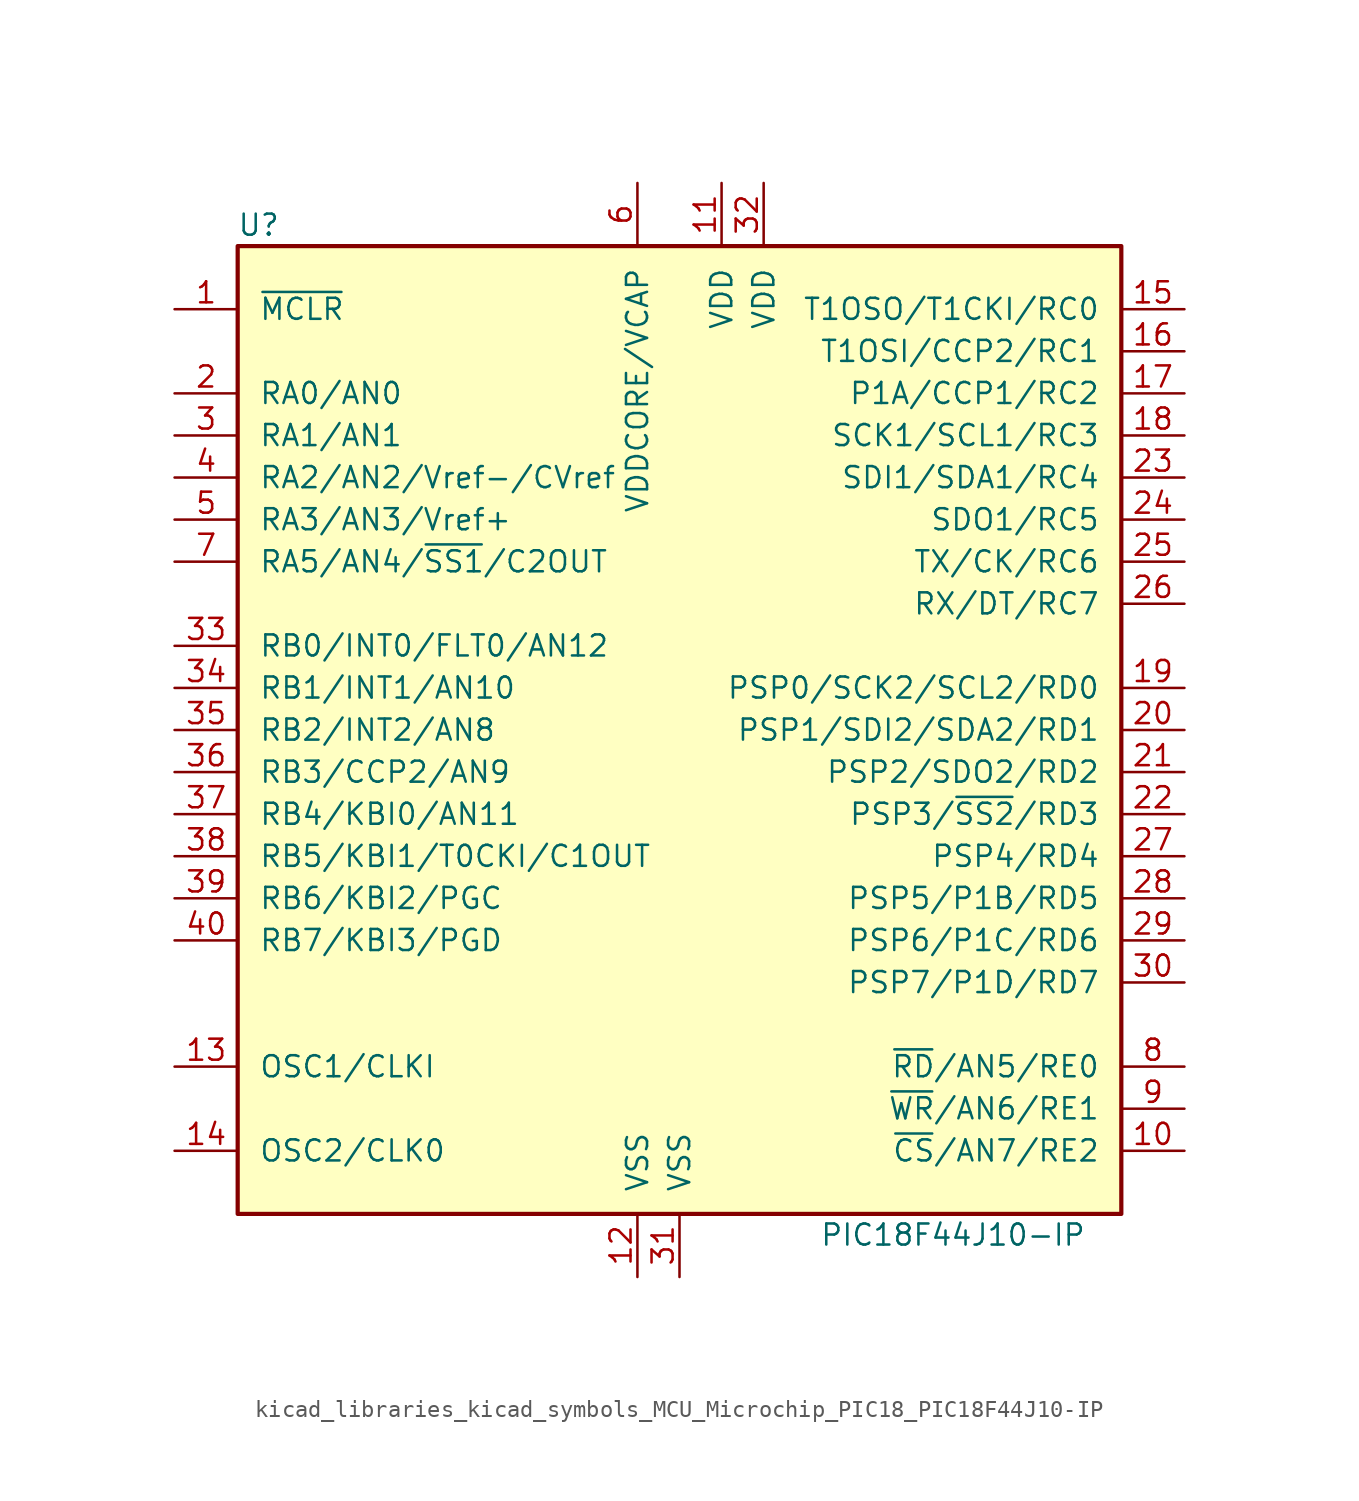
<source format=kicad_sym>
(kicad_symbol_lib
  (version 20220914)
  (generator kicad_symbol_editor)
  (symbol "kicad_libraries_kicad_symbols_MCU_Microchip_PIC18_PIC18F44J10-IP"
    (pin_names
      (offset 1.27))
    (property "Reference" "U"
      (at -25.4 30.48 0)
      (effects (font (size 1.27 1.27))))
    (property "Value" "PIC18F44J10-IP"
      (at 16.51 -30.48 0)
      (effects (font (size 1.27 1.27))))
    (symbol "kicad_libraries_kicad_symbols_MCU_Microchip_PIC18_PIC18F44J10-IP_0_0"
      (rectangle (start -26.67 -29.21) (end 26.67 29.21) (stroke (width 0.254) (type default)) (fill (type background))))
    (symbol "kicad_libraries_kicad_symbols_MCU_Microchip_PIC18_PIC18F44J10-IP_1_1"
      (pin input line (at -30.48 25.4 0) (length 3.81) (name "~{MCLR}" (effects (font (size 1.27 1.27)))) (number "1" (effects (font (size 1.27 1.27)))))
      (pin tri_state line (at 30.48 -25.4 180) (length 3.81) (name "~{CS}/AN7/RE2" (effects (font (size 1.27 1.27)))) (number "10" (effects (font (size 1.27 1.27)))))
      (pin power_in line (at 2.54 33.02 270) (length 3.81) (name "VDD" (effects (font (size 1.27 1.27)))) (number "11" (effects (font (size 1.27 1.27)))))
      (pin power_in line (at -2.54 -33.02 90) (length 3.81) (name "VSS" (effects (font (size 1.27 1.27)))) (number "12" (effects (font (size 1.27 1.27)))))
      (pin input line (at -30.48 -20.32 0) (length 3.81) (name "OSC1/CLKI" (effects (font (size 1.27 1.27)))) (number "13" (effects (font (size 1.27 1.27)))))
      (pin output line (at -30.48 -25.4 0) (length 3.81) (name "OSC2/CLK0" (effects (font (size 1.27 1.27)))) (number "14" (effects (font (size 1.27 1.27)))))
      (pin tri_state line (at 30.48 25.4 180) (length 3.81) (name "T1OSO/T1CKI/RC0" (effects (font (size 1.27 1.27)))) (number "15" (effects (font (size 1.27 1.27)))))
      (pin tri_state line (at 30.48 22.86 180) (length 3.81) (name "T1OSI/CCP2/RC1" (effects (font (size 1.27 1.27)))) (number "16" (effects (font (size 1.27 1.27)))))
      (pin tri_state line (at 30.48 20.32 180) (length 3.81) (name "P1A/CCP1/RC2" (effects (font (size 1.27 1.27)))) (number "17" (effects (font (size 1.27 1.27)))))
      (pin tri_state line (at 30.48 17.78 180) (length 3.81) (name "SCK1/SCL1/RC3" (effects (font (size 1.27 1.27)))) (number "18" (effects (font (size 1.27 1.27)))))
      (pin tri_state line (at 30.48 2.54 180) (length 3.81) (name "PSP0/SCK2/SCL2/RD0" (effects (font (size 1.27 1.27)))) (number "19" (effects (font (size 1.27 1.27)))))
      (pin tri_state line (at -30.48 20.32 0) (length 3.81) (name "RA0/AN0" (effects (font (size 1.27 1.27)))) (number "2" (effects (font (size 1.27 1.27)))))
      (pin tri_state line (at 30.48 0 180) (length 3.81) (name "PSP1/SDI2/SDA2/RD1" (effects (font (size 1.27 1.27)))) (number "20" (effects (font (size 1.27 1.27)))))
      (pin tri_state line (at 30.48 -2.54 180) (length 3.81) (name "PSP2/SDO2/RD2" (effects (font (size 1.27 1.27)))) (number "21" (effects (font (size 1.27 1.27)))))
      (pin tri_state line (at 30.48 -5.08 180) (length 3.81) (name "PSP3/~{SS2}/RD3" (effects (font (size 1.27 1.27)))) (number "22" (effects (font (size 1.27 1.27)))))
      (pin tri_state line (at 30.48 15.24 180) (length 3.81) (name "SDI1/SDA1/RC4" (effects (font (size 1.27 1.27)))) (number "23" (effects (font (size 1.27 1.27)))))
      (pin tri_state line (at 30.48 12.7 180) (length 3.81) (name "SDO1/RC5" (effects (font (size 1.27 1.27)))) (number "24" (effects (font (size 1.27 1.27)))))
      (pin tri_state line (at 30.48 10.16 180) (length 3.81) (name "TX/CK/RC6" (effects (font (size 1.27 1.27)))) (number "25" (effects (font (size 1.27 1.27)))))
      (pin tri_state line (at 30.48 7.62 180) (length 3.81) (name "RX/DT/RC7" (effects (font (size 1.27 1.27)))) (number "26" (effects (font (size 1.27 1.27)))))
      (pin tri_state line (at 30.48 -7.62 180) (length 3.81) (name "PSP4/RD4" (effects (font (size 1.27 1.27)))) (number "27" (effects (font (size 1.27 1.27)))))
      (pin tri_state line (at 30.48 -10.16 180) (length 3.81) (name "PSP5/P1B/RD5" (effects (font (size 1.27 1.27)))) (number "28" (effects (font (size 1.27 1.27)))))
      (pin tri_state line (at 30.48 -12.7 180) (length 3.81) (name "PSP6/P1C/RD6" (effects (font (size 1.27 1.27)))) (number "29" (effects (font (size 1.27 1.27)))))
      (pin tri_state line (at -30.48 17.78 0) (length 3.81) (name "RA1/AN1" (effects (font (size 1.27 1.27)))) (number "3" (effects (font (size 1.27 1.27)))))
      (pin tri_state line (at 30.48 -15.24 180) (length 3.81) (name "PSP7/P1D/RD7" (effects (font (size 1.27 1.27)))) (number "30" (effects (font (size 1.27 1.27)))))
      (pin power_in line (at 0 -33.02 90) (length 3.81) (name "VSS" (effects (font (size 1.27 1.27)))) (number "31" (effects (font (size 1.27 1.27)))))
      (pin power_in line (at 5.08 33.02 270) (length 3.81) (name "VDD" (effects (font (size 1.27 1.27)))) (number "32" (effects (font (size 1.27 1.27)))))
      (pin tri_state line (at -30.48 5.08 0) (length 3.81) (name "RB0/INT0/FLT0/AN12" (effects (font (size 1.27 1.27)))) (number "33" (effects (font (size 1.27 1.27)))))
      (pin tri_state line (at -30.48 2.54 0) (length 3.81) (name "RB1/INT1/AN10" (effects (font (size 1.27 1.27)))) (number "34" (effects (font (size 1.27 1.27)))))
      (pin tri_state line (at -30.48 0 0) (length 3.81) (name "RB2/INT2/AN8" (effects (font (size 1.27 1.27)))) (number "35" (effects (font (size 1.27 1.27)))))
      (pin tri_state line (at -30.48 -2.54 0) (length 3.81) (name "RB3/CCP2/AN9" (effects (font (size 1.27 1.27)))) (number "36" (effects (font (size 1.27 1.27)))))
      (pin tri_state line (at -30.48 -5.08 0) (length 3.81) (name "RB4/KBI0/AN11" (effects (font (size 1.27 1.27)))) (number "37" (effects (font (size 1.27 1.27)))))
      (pin tri_state line (at -30.48 -7.62 0) (length 3.81) (name "RB5/KBI1/T0CKI/C1OUT" (effects (font (size 1.27 1.27)))) (number "38" (effects (font (size 1.27 1.27)))))
      (pin tri_state line (at -30.48 -10.16 0) (length 3.81) (name "RB6/KBI2/PGC" (effects (font (size 1.27 1.27)))) (number "39" (effects (font (size 1.27 1.27)))))
      (pin tri_state line (at -30.48 15.24 0) (length 3.81) (name "RA2/AN2/Vref-/CVref" (effects (font (size 1.27 1.27)))) (number "4" (effects (font (size 1.27 1.27)))))
      (pin tri_state line (at -30.48 -12.7 0) (length 3.81) (name "RB7/KBI3/PGD" (effects (font (size 1.27 1.27)))) (number "40" (effects (font (size 1.27 1.27)))))
      (pin tri_state line (at -30.48 12.7 0) (length 3.81) (name "RA3/AN3/Vref+" (effects (font (size 1.27 1.27)))) (number "5" (effects (font (size 1.27 1.27)))))
      (pin passive line (at -2.54 33.02 270) (length 3.81) (name "VDDCORE/VCAP" (effects (font (size 1.27 1.27)))) (number "6" (effects (font (size 1.27 1.27)))))
      (pin tri_state line (at -30.48 10.16 0) (length 3.81) (name "RA5/AN4/~{SS1}/C2OUT" (effects (font (size 1.27 1.27)))) (number "7" (effects (font (size 1.27 1.27)))))
      (pin tri_state line (at 30.48 -20.32 180) (length 3.81) (name "~{RD}/AN5/RE0" (effects (font (size 1.27 1.27)))) (number "8" (effects (font (size 1.27 1.27)))))
      (pin tri_state line (at 30.48 -22.86 180) (length 3.81) (name "~{WR}/AN6/RE1" (effects (font (size 1.27 1.27)))) (number "9" (effects (font (size 1.27 1.27))))))))
</source>
